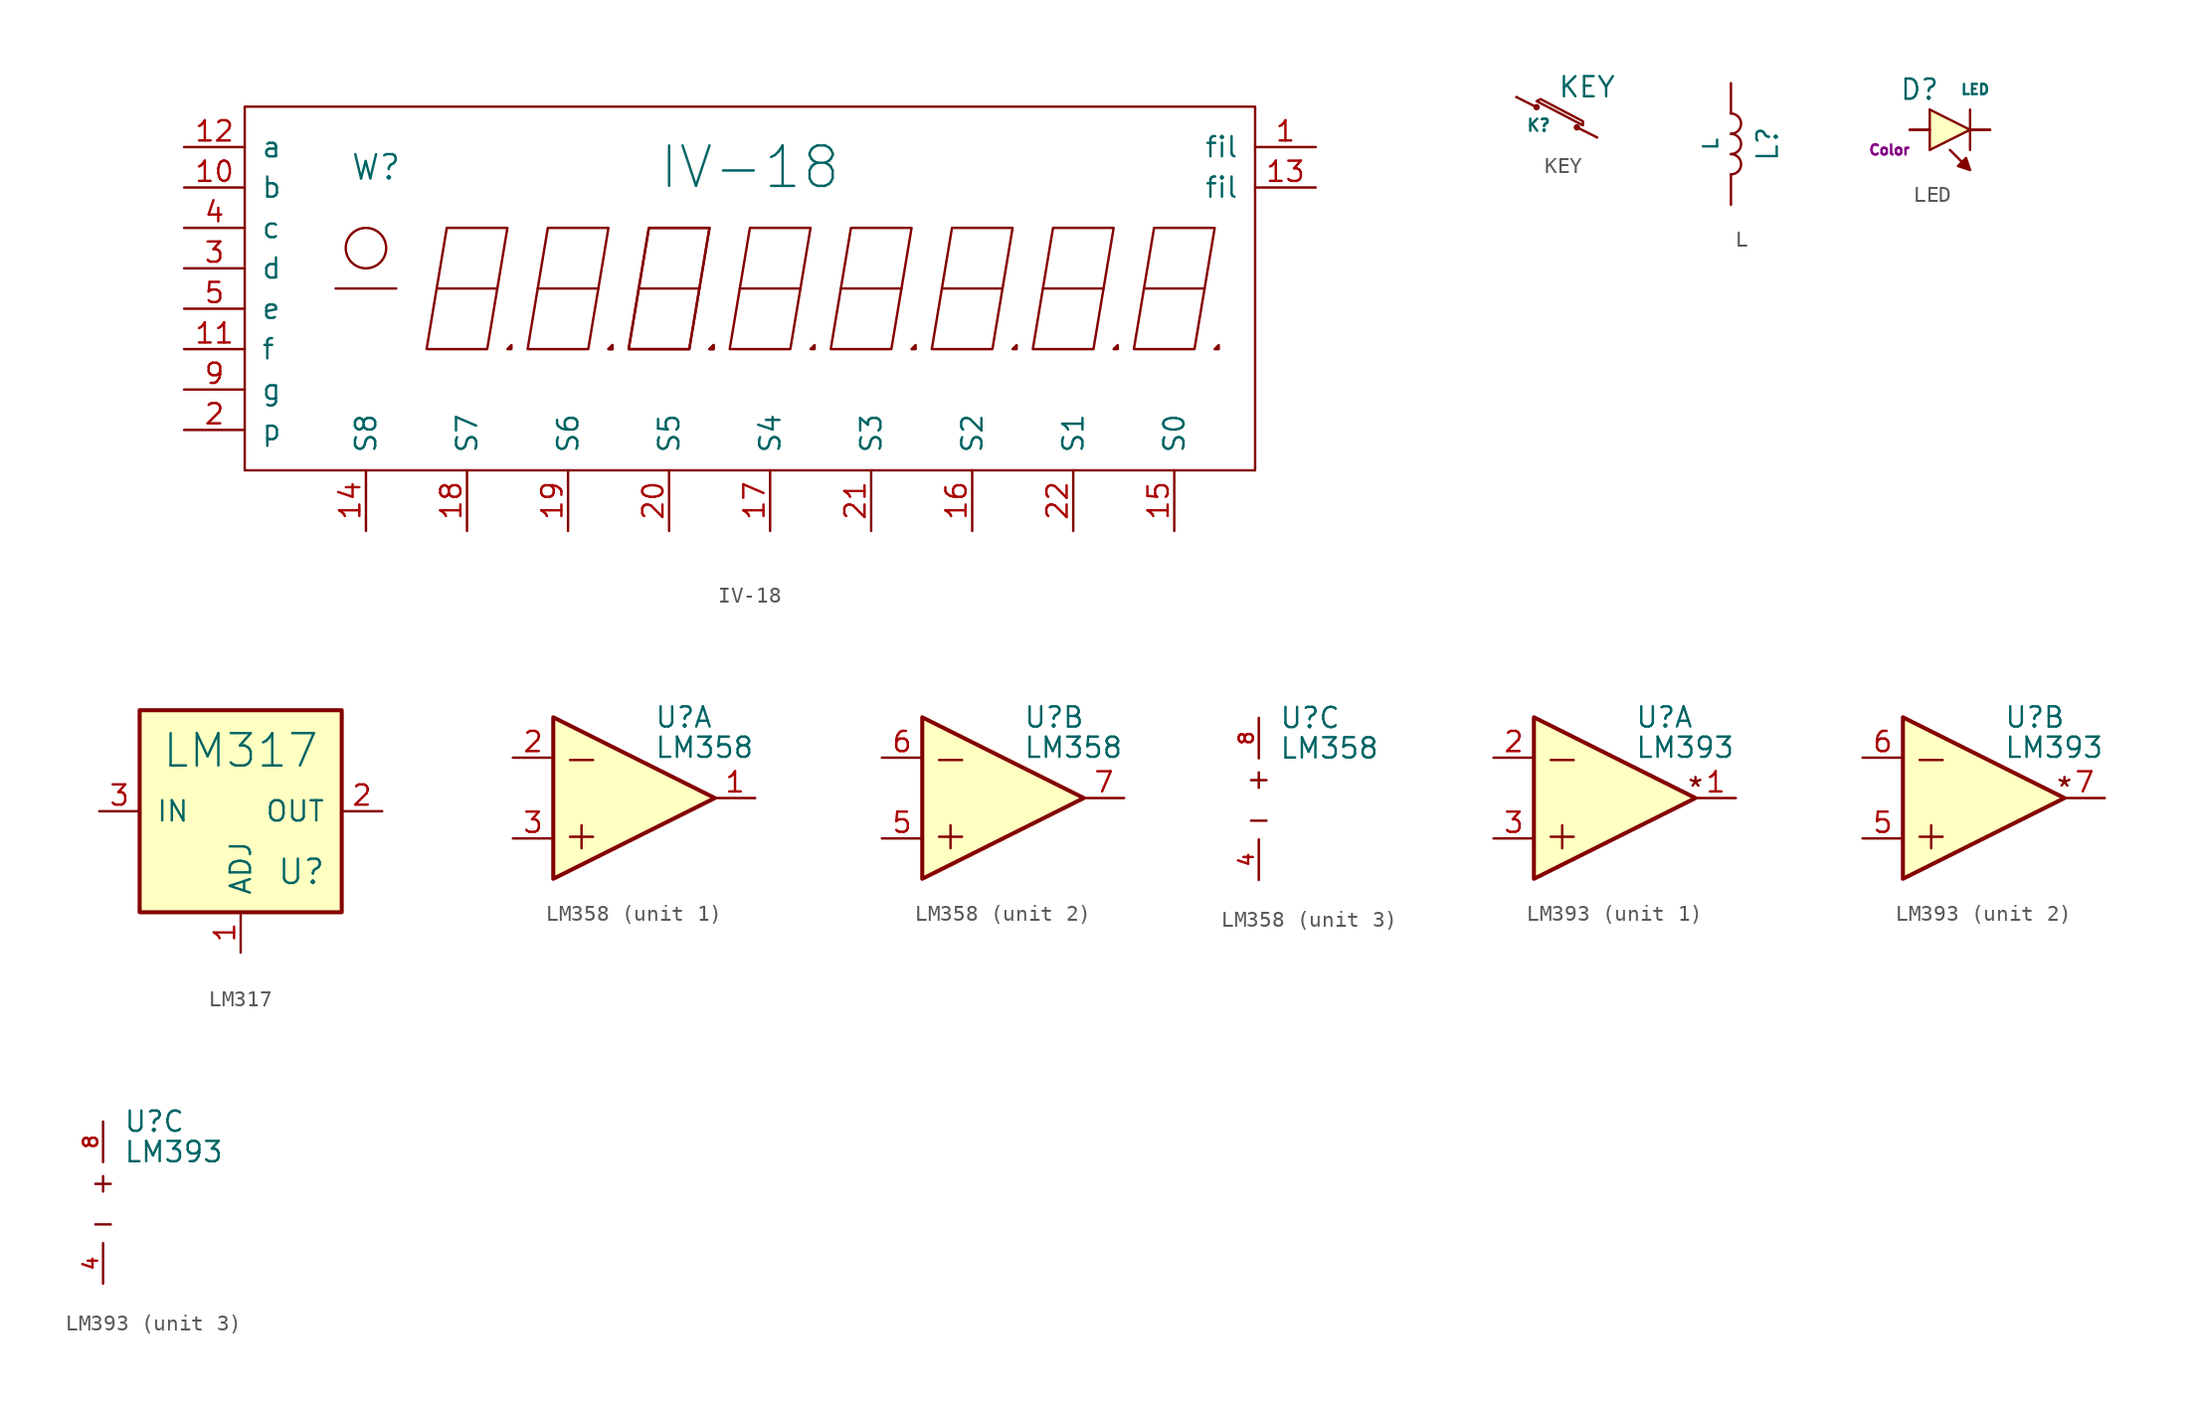
<source format=kicad_sym>
(kicad_symbol_lib
  (version 20231120)
  (generator "kicad_symbol_editor")
  (generator_version "8.0")
  (symbol "IV-18"
    (pin_names
      (offset 1.016))
    (property "Reference" "W"
      (at -23.495 7.62 0)
      (effects (font (size 1.524 1.524))))
    (property "Value" "IV-18"
      (at 0 7.62 0)
      (effects (font (size 2.54 2.54))))
    (property "Footprint" ""
      (at 0 0 0)
      (effects (font (size 1.524 1.524))))
    (property "Datasheet" ""
      (at 0 0 0)
      (effects (font (size 1.524 1.524))))
    (symbol "IV-18_0_1"
      (rectangle (start -31.75 -11.43) (end 31.75 11.43) (stroke (width 0) (type default)) (fill (type none)))
      (circle (center -24.13 2.54) (radius 1.27) (stroke (width 0) (type default)) (fill (type none)))
      (polyline (pts (xy -26.035 0) (xy -22.225 0) (xy -22.225 0)) (stroke (width 0) (type default)) (fill (type none)))
      (polyline (pts (xy -19.685 0) (xy -15.875 0) (xy -15.875 0)) (stroke (width 0) (type default)) (fill (type none)))
      (polyline (pts (xy -13.335 0) (xy -9.525 0) (xy -9.525 0)) (stroke (width 0) (type default)) (fill (type none)))
      (polyline (pts (xy -6.985 0) (xy -3.175 0) (xy -3.175 0)) (stroke (width 0) (type default)) (fill (type none)))
      (polyline (pts (xy -0.635 0) (xy 3.175 0) (xy 3.175 0)) (stroke (width 0) (type default)) (fill (type none)))
      (polyline (pts (xy 5.715 0) (xy 9.525 0) (xy 9.525 0)) (stroke (width 0) (type default)) (fill (type none)))
      (polyline (pts (xy 12.065 0) (xy 15.875 0) (xy 15.875 0)) (stroke (width 0) (type default)) (fill (type none)))
      (polyline (pts (xy 18.415 0) (xy 22.225 0) (xy 22.225 0)) (stroke (width 0) (type default)) (fill (type none)))
      (polyline (pts (xy 24.765 0) (xy 28.575 0) (xy 28.575 0)) (stroke (width 0) (type default)) (fill (type none)))
      (polyline (pts (xy -15.24 -3.81) (xy -14.986 -3.81) (xy -14.986 -3.556) (xy -15.24 -3.81) (xy -14.986 -3.81) (xy -14.986 -3.81)) (stroke (width 0) (type default)) (fill (type none)))
      (polyline (pts (xy -15.24 3.81) (xy -16.51 -3.81) (xy -20.32 -3.81) (xy -19.05 3.81) (xy -15.24 3.81) (xy -15.24 3.81)) (stroke (width 0) (type default)) (fill (type none)))
      (polyline (pts (xy -8.89 -3.81) (xy -8.636 -3.81) (xy -8.636 -3.556) (xy -8.89 -3.81) (xy -8.636 -3.81) (xy -8.636 -3.81)) (stroke (width 0) (type default)) (fill (type none)))
      (polyline (pts (xy -8.89 -3.81) (xy -8.636 -3.81) (xy -8.636 -3.556) (xy -8.89 -3.81) (xy -8.636 -3.81) (xy -8.636 -3.81)) (stroke (width 0) (type default)) (fill (type none)))
      (polyline (pts (xy -8.89 3.81) (xy -10.16 -3.81) (xy -13.97 -3.81) (xy -12.7 3.81) (xy -8.89 3.81) (xy -8.89 3.81)) (stroke (width 0) (type default)) (fill (type none)))
      (polyline (pts (xy -2.54 -3.81) (xy -2.286 -3.81) (xy -2.286 -3.556) (xy -2.54 -3.81) (xy -2.286 -3.81) (xy -2.286 -3.81)) (stroke (width 0) (type default)) (fill (type none)))
      (polyline (pts (xy -2.54 -3.81) (xy -2.286 -3.81) (xy -2.286 -3.556) (xy -2.54 -3.81) (xy -2.286 -3.81) (xy -2.286 -3.81)) (stroke (width 0) (type default)) (fill (type none)))
      (polyline (pts (xy -2.54 3.81) (xy -3.81 -3.81) (xy -7.62 -3.81) (xy -6.35 3.81) (xy -2.54 3.81) (xy -2.54 3.81)) (stroke (width 0) (type default)) (fill (type none)))
      (polyline (pts (xy -2.54 3.81) (xy -3.81 -3.81) (xy -7.62 -3.81) (xy -6.35 3.81) (xy -2.54 3.81) (xy -2.54 3.81)) (stroke (width 0) (type default)) (fill (type none)))
      (polyline (pts (xy 3.81 -3.81) (xy 4.064 -3.81) (xy 4.064 -3.556) (xy 3.81 -3.81) (xy 4.064 -3.81) (xy 4.064 -3.81)) (stroke (width 0) (type default)) (fill (type none)))
      (polyline (pts (xy 3.81 3.81) (xy 2.54 -3.81) (xy -1.27 -3.81) (xy 0 3.81) (xy 3.81 3.81) (xy 3.81 3.81)) (stroke (width 0) (type default)) (fill (type none)))
      (polyline (pts (xy 10.16 -3.81) (xy 10.414 -3.81) (xy 10.414 -3.556) (xy 10.16 -3.81) (xy 10.414 -3.81) (xy 10.414 -3.81)) (stroke (width 0) (type default)) (fill (type none)))
      (polyline (pts (xy 10.16 3.81) (xy 8.89 -3.81) (xy 5.08 -3.81) (xy 6.35 3.81) (xy 10.16 3.81) (xy 10.16 3.81)) (stroke (width 0) (type default)) (fill (type none)))
      (polyline (pts (xy 16.51 -3.81) (xy 16.764 -3.81) (xy 16.764 -3.556) (xy 16.51 -3.81) (xy 16.764 -3.81) (xy 16.764 -3.81)) (stroke (width 0) (type default)) (fill (type none)))
      (polyline (pts (xy 16.51 3.81) (xy 15.24 -3.81) (xy 11.43 -3.81) (xy 12.7 3.81) (xy 16.51 3.81) (xy 16.51 3.81)) (stroke (width 0) (type default)) (fill (type none)))
      (polyline (pts (xy 22.86 -3.81) (xy 23.114 -3.81) (xy 23.114 -3.556) (xy 22.86 -3.81) (xy 23.114 -3.81) (xy 23.114 -3.81)) (stroke (width 0) (type default)) (fill (type none)))
      (polyline (pts (xy 22.86 3.81) (xy 21.59 -3.81) (xy 17.78 -3.81) (xy 19.05 3.81) (xy 22.86 3.81) (xy 22.86 3.81)) (stroke (width 0) (type default)) (fill (type none)))
      (polyline (pts (xy 29.21 -3.81) (xy 29.464 -3.81) (xy 29.464 -3.556) (xy 29.21 -3.81) (xy 29.464 -3.81) (xy 29.464 -3.81)) (stroke (width 0) (type default)) (fill (type none)))
      (polyline (pts (xy 29.21 3.81) (xy 27.94 -3.81) (xy 24.13 -3.81) (xy 25.4 3.81) (xy 29.21 3.81) (xy 29.21 3.81)) (stroke (width 0) (type default)) (fill (type none))))
    (symbol "IV-18_1_1"
      (pin passive line (at 35.56 8.89 180) (length 3.81) (name "fil" (effects (font (size 1.27 1.27)))) (number "1" (effects (font (size 1.27 1.27)))))
      (pin passive line (at -35.56 6.35 0) (length 3.81) (name "b" (effects (font (size 1.27 1.27)))) (number "10" (effects (font (size 1.27 1.27)))))
      (pin passive line (at -35.56 -3.81 0) (length 3.81) (name "f" (effects (font (size 1.27 1.27)))) (number "11" (effects (font (size 1.27 1.27)))))
      (pin passive line (at -35.56 8.89 0) (length 3.81) (name "a" (effects (font (size 1.27 1.27)))) (number "12" (effects (font (size 1.27 1.27)))))
      (pin passive line (at 35.56 6.35 180) (length 3.81) (name "fil" (effects (font (size 1.27 1.27)))) (number "13" (effects (font (size 1.27 1.27)))))
      (pin passive line (at -24.13 -15.24 90) (length 3.81) (name "S8" (effects (font (size 1.27 1.27)))) (number "14" (effects (font (size 1.27 1.27)))))
      (pin passive line (at 26.67 -15.24 90) (length 3.81) (name "S0" (effects (font (size 1.27 1.27)))) (number "15" (effects (font (size 1.27 1.27)))))
      (pin passive line (at 13.97 -15.24 90) (length 3.81) (name "S2" (effects (font (size 1.27 1.27)))) (number "16" (effects (font (size 1.27 1.27)))))
      (pin passive line (at 1.27 -15.24 90) (length 3.81) (name "S4" (effects (font (size 1.27 1.27)))) (number "17" (effects (font (size 1.27 1.27)))))
      (pin passive line (at -17.78 -15.24 90) (length 3.81) (name "S7" (effects (font (size 1.27 1.27)))) (number "18" (effects (font (size 1.27 1.27)))))
      (pin passive line (at -11.43 -15.24 90) (length 3.81) (name "S6" (effects (font (size 1.27 1.27)))) (number "19" (effects (font (size 1.27 1.27)))))
      (pin passive line (at -35.56 -8.89 0) (length 3.81) (name "p" (effects (font (size 1.27 1.27)))) (number "2" (effects (font (size 1.27 1.27)))))
      (pin passive line (at -5.08 -15.24 90) (length 3.81) (name "S5" (effects (font (size 1.27 1.27)))) (number "20" (effects (font (size 1.27 1.27)))))
      (pin passive line (at 7.62 -15.24 90) (length 3.81) (name "S3" (effects (font (size 1.27 1.27)))) (number "21" (effects (font (size 1.27 1.27)))))
      (pin passive line (at 20.32 -15.24 90) (length 3.81) (name "S1" (effects (font (size 1.27 1.27)))) (number "22" (effects (font (size 1.27 1.27)))))
      (pin passive line (at -35.56 1.27 0) (length 3.81) (name "d" (effects (font (size 1.27 1.27)))) (number "3" (effects (font (size 1.27 1.27)))))
      (pin passive line (at -35.56 3.81 0) (length 3.81) (name "c" (effects (font (size 1.27 1.27)))) (number "4" (effects (font (size 1.27 1.27)))))
      (pin passive line (at -35.56 -1.27 0) (length 3.81) (name "e" (effects (font (size 1.27 1.27)))) (number "5" (effects (font (size 1.27 1.27)))))
      (pin passive line (at -35.56 -6.35 0) (length 3.81) (name "g" (effects (font (size 1.27 1.27)))) (number "9" (effects (font (size 1.27 1.27)))))))
  (symbol "KEY"
    (pin_numbers hide)
    (pin_names
      (offset 1.016) hide)
    (property "Reference" "K"
      (at -1.143 -1.778 0)
      (effects (font (size 0.762 0.762))))
    (property "Value" "KEY"
      (at 1.905 0.635 0)
      (effects (font (size 1.27 1.27))))
    (property "Footprint" ""
      (at 0 0 0)
      (effects (font (size 1.524 1.524))))
    (property "Datasheet" ""
      (at 0 0 0)
      (effects (font (size 1.524 1.524))))
    (symbol "KEY_0_1"
      (circle (center -1.27 -0.635) (radius 0.127) (stroke (width 0) (type default)) (fill (type none)))
      (polyline (pts (xy -2.54 0) (xy -1.27 -0.635) (xy -1.27 -0.635)) (stroke (width 0) (type default)) (fill (type none)))
      (polyline (pts (xy 2.54 -2.54) (xy 1.27 -1.905) (xy 1.27 -1.905)) (stroke (width 0) (type default)) (fill (type none)))
      (polyline (pts (xy -1.27 -0.254) (xy 1.651 -1.778) (xy 1.651 -1.524) (xy -1.016 -0.127) (xy -1.27 -0.254) (xy -1.27 -0.254)) (stroke (width 0) (type default)) (fill (type none)))
      (circle (center 1.27 -1.905) (radius 0.127) (stroke (width 0) (type default)) (fill (type none)))
      (pin passive line (at -2.54 0 0) (length 0) (name "1" (effects (font (size 1.524 1.524)))) (number "1" (effects (font (size 1.524 1.524)))))
      (pin passive line (at 2.54 -2.54 180) (length 0) (name "2" (effects (font (size 1.524 1.524)))) (number "2" (effects (font (size 1.524 1.524)))))))
  (symbol "L"
    (pin_numbers hide)
    (pin_names
      (offset 0))
    (property "Reference" "L"
      (at 2.286 0 90)
      (effects (font (size 1.27 1.27))))
    (property "Value" "L"
      (at -1.27 0 90)
      (effects (font (size 0.889 0.889))))
    (property "Datasheet" ""
      (at 0 0 0)
      (effects (font (size 1.524 1.524))))
    (symbol "L_0_1"
      (arc (start 0 -1.905) (mid 0.6323 -1.27) (end 0 -0.635) (stroke (width 0) (type default)) (fill (type none)))
      (arc (start 0 -0.635) (mid 0.6323 0) (end 0 0.635) (stroke (width 0) (type default)) (fill (type none)))
      (arc (start 0 0.635) (mid 0.6323 1.27) (end 0 1.905) (stroke (width 0) (type default)) (fill (type none))))
    (symbol "L_1_1"
      (pin passive line (at 0 3.81 270) (length 1.905) (name "~" (effects (font (size 1.524 1.524)))) (number "1" (effects (font (size 1.524 1.524)))))
      (pin passive line (at 0 -3.81 90) (length 1.905) (name "~" (effects (font (size 1.524 1.524)))) (number "2" (effects (font (size 1.524 1.524)))))))
  (symbol "LED"
    (pin_numbers hide)
    (pin_names
      (offset 0) hide)
    (property "Reference" "D"
      (at -0.635 2.54 0)
      (effects (font (size 1.27 1.27)) (justify right)))
    (property "Value" "LED"
      (at 0.635 2.54 0)
      (effects (font (size 0.635 0.635)) (justify left)))
    (property "Datasheet" "Color"
      (at -3.81 -1.27 0)
      (effects (font (size 0.635 0.635))))
    (symbol "LED_0_1"
      (polyline (pts (xy 1.27 1.27) (xy 1.27 -1.27)) (stroke (width 0) (type default)) (fill (type none)))
      (polyline (pts (xy -1.27 0) (xy -2.54 0) (xy -2.54 0)) (stroke (width 0.127) (type default)) (fill (type none)))
      (polyline (pts (xy -1.27 1.27) (xy -1.27 -1.27) (xy -1.27 -1.27)) (stroke (width 0) (type default)) (fill (type background)))
      (polyline (pts (xy -1.27 1.27) (xy 1.27 0) (xy -1.27 -1.27)) (stroke (width 0) (type default)) (fill (type background)))
      (polyline (pts (xy 1.27 0) (xy 2.54 0) (xy 2.54 0)) (stroke (width 0.127) (type default)) (fill (type none)))
      (polyline (pts (xy 0 -1.27) (xy 1.27 -2.54) (xy 1.016 -1.778) (xy 0.508 -2.286) (xy 1.27 -2.54) (xy 1.27 -2.54)) (stroke (width 0) (type default)) (fill (type outline))))
    (symbol "LED_1_1"
      (pin passive line (at 2.54 0 180) (length 1.27) (name "K" (effects (font (size 1.016 1.016)))) (number "1" (effects (font (size 1.016 1.016)))))
      (pin passive line (at -2.54 0 0) (length 1.27) (name "A" (effects (font (size 1.016 1.016)))) (number "2" (effects (font (size 1.016 1.016)))))))
  (symbol "LM317"
    (pin_names
      (offset 1.016))
    (property "Reference" "U"
      (at 3.81 -3.81 0)
      (effects (font (size 1.524 1.524))))
    (property "Value" "LM317"
      (at 0 3.81 0)
      (effects (font (size 2.032 2.032))))
    (property "Footprint" ""
      (at 0 0 0)
      (effects (font (size 1.524 1.524))))
    (property "Datasheet" ""
      (at 0 0 0)
      (effects (font (size 1.524 1.524))))
    (symbol "LM317_0_1"
      (rectangle (start -6.35 6.35) (end 6.35 -6.35) (stroke (width 0.254) (type default)) (fill (type background))))
    (symbol "LM317_1_1"
      (pin passive line (at 0 -8.89 90) (length 2.54) (name "ADJ" (effects (font (size 1.27 1.27)))) (number "1" (effects (font (size 1.27 1.27)))))
      (pin passive line (at 8.89 0 180) (length 2.54) (name "OUT" (effects (font (size 1.27 1.27)))) (number "2" (effects (font (size 1.27 1.27)))))
      (pin passive line (at -8.89 0 0) (length 2.54) (name "IN" (effects (font (size 1.27 1.27)))) (number "3" (effects (font (size 1.27 1.27)))))))
  (symbol "LM358"
    (pin_names
      (offset 0.127))
    (property "Reference" "U"
      (at 1.27 5.08 0)
      (effects (font (size 1.27 1.27)) (justify left)))
    (property "Value" "LM358"
      (at 1.27 3.175 0)
      (effects (font (size 1.27 1.27)) (justify left)))
    (property "ki_locked" ""
      (at 0 0 0)
      (effects (font (size 1.27 1.27))))
    (symbol "LM358_1_1"
      (polyline (pts (xy -5.08 5.08) (xy 5.08 0) (xy -5.08 -5.08) (xy -5.08 5.08)) (stroke (width 0.254) (type default)) (fill (type background)))
      (text "+" (at -3.302 -2.286 0) (effects (font (size 1.905 1.905))))
      (text "-" (at -3.302 2.54 0) (effects (font (size 1.905 1.905))))
      (pin passive line (at 7.62 0 180) (length 2.54) (name "~" (effects (font (size 1.27 1.27)))) (number "1" (effects (font (size 1.27 1.27)))))
      (pin passive line (at -7.62 2.54 0) (length 2.54) (name "" (effects (font (size 1.778 1.778)))) (number "2" (effects (font (size 1.27 1.27)))))
      (pin passive line (at -7.62 -2.54 0) (length 2.54) (name "" (effects (font (size 1.778 1.778)))) (number "3" (effects (font (size 1.27 1.27))))))
    (symbol "LM358_2_1"
      (polyline (pts (xy -5.08 5.08) (xy 5.08 0) (xy -5.08 -5.08) (xy -5.08 5.08)) (stroke (width 0.254) (type default)) (fill (type background)))
      (text "+" (at -3.302 -2.286 0) (effects (font (size 1.905 1.905))))
      (text "-" (at -3.302 2.54 0) (effects (font (size 1.905 1.905))))
      (pin passive line (at -7.62 -2.54 0) (length 2.54) (name "" (effects (font (size 1.778 1.778)))) (number "5" (effects (font (size 1.27 1.27)))))
      (pin passive line (at -7.62 2.54 0) (length 2.54) (name "" (effects (font (size 1.778 1.778)))) (number "6" (effects (font (size 1.27 1.27)))))
      (pin passive line (at 7.62 0 180) (length 2.54) (name "~" (effects (font (size 1.27 1.27)))) (number "7" (effects (font (size 1.27 1.27))))))
    (symbol "LM358_3_1"
      (text "+" (at 0 1.27 0) (effects (font (size 1.27 1.27))))
      (text "-" (at 0 -1.27 0) (effects (font (size 1.27 1.27))))
      (pin power_in line (at 0 -5.08 90) (length 2.54) (name "" (effects (font (size 0.635 0.635)))) (number "4" (effects (font (size 0.889 0.889)))))
      (pin power_in line (at 0 5.08 270) (length 2.54) (name "" (effects (font (size 0.635 0.635)))) (number "8" (effects (font (size 0.889 0.889)))))))
  (symbol "LM393"
    (pin_names
      (offset 0.127))
    (property "Reference" "U"
      (at 1.27 5.08 0)
      (effects (font (size 1.27 1.27)) (justify left)))
    (property "Value" "LM393"
      (at 1.27 3.175 0)
      (effects (font (size 1.27 1.27)) (justify left)))
    (property "ki_locked" ""
      (at 0 0 0)
      (effects (font (size 1.27 1.27))))
    (symbol "LM393_1_1"
      (polyline (pts (xy -5.08 5.08) (xy 5.08 0) (xy -5.08 -5.08) (xy -5.08 5.08)) (stroke (width 0.254) (type default)) (fill (type background)))
      (text "*" (at 5.08 0.635 0) (effects (font (size 1.27 1.27))))
      (text "+" (at -3.302 -2.286 0) (effects (font (size 1.905 1.905))))
      (text "-" (at -3.302 2.54 0) (effects (font (size 1.905 1.905))))
      (pin open_collector line (at 7.62 0 180) (length 2.54) (name "~" (effects (font (size 1.27 1.27)))) (number "1" (effects (font (size 1.27 1.27)))))
      (pin input line (at -7.62 2.54 0) (length 2.54) (name "" (effects (font (size 1.778 1.778)))) (number "2" (effects (font (size 1.27 1.27)))))
      (pin input line (at -7.62 -2.54 0) (length 2.54) (name "" (effects (font (size 1.778 1.778)))) (number "3" (effects (font (size 1.27 1.27))))))
    (symbol "LM393_2_1"
      (polyline (pts (xy -5.08 5.08) (xy 5.08 0) (xy -5.08 -5.08) (xy -5.08 5.08)) (stroke (width 0.254) (type default)) (fill (type background)))
      (text "*" (at 5.08 0.635 0) (effects (font (size 1.27 1.27))))
      (text "+" (at -3.302 -2.286 0) (effects (font (size 1.905 1.905))))
      (text "-" (at -3.302 2.54 0) (effects (font (size 1.905 1.905))))
      (pin input line (at -7.62 -2.54 0) (length 2.54) (name "" (effects (font (size 1.778 1.778)))) (number "5" (effects (font (size 1.27 1.27)))))
      (pin input line (at -7.62 2.54 0) (length 2.54) (name "" (effects (font (size 1.778 1.778)))) (number "6" (effects (font (size 1.27 1.27)))))
      (pin output line (at 7.62 0 180) (length 2.54) (name "~" (effects (font (size 1.27 1.27)))) (number "7" (effects (font (size 1.27 1.27))))))
    (symbol "LM393_3_1"
      (text "+" (at 0 1.27 0) (effects (font (size 1.27 1.27))))
      (text "-" (at 0 -1.27 0) (effects (font (size 1.27 1.27))))
      (pin power_in line (at 0 -5.08 90) (length 2.54) (name "" (effects (font (size 0.635 0.635)))) (number "4" (effects (font (size 0.889 0.889)))))
      (pin power_in line (at 0 5.08 270) (length 2.54) (name "" (effects (font (size 0.635 0.635)))) (number "8" (effects (font (size 0.889 0.889))))))))
</source>
